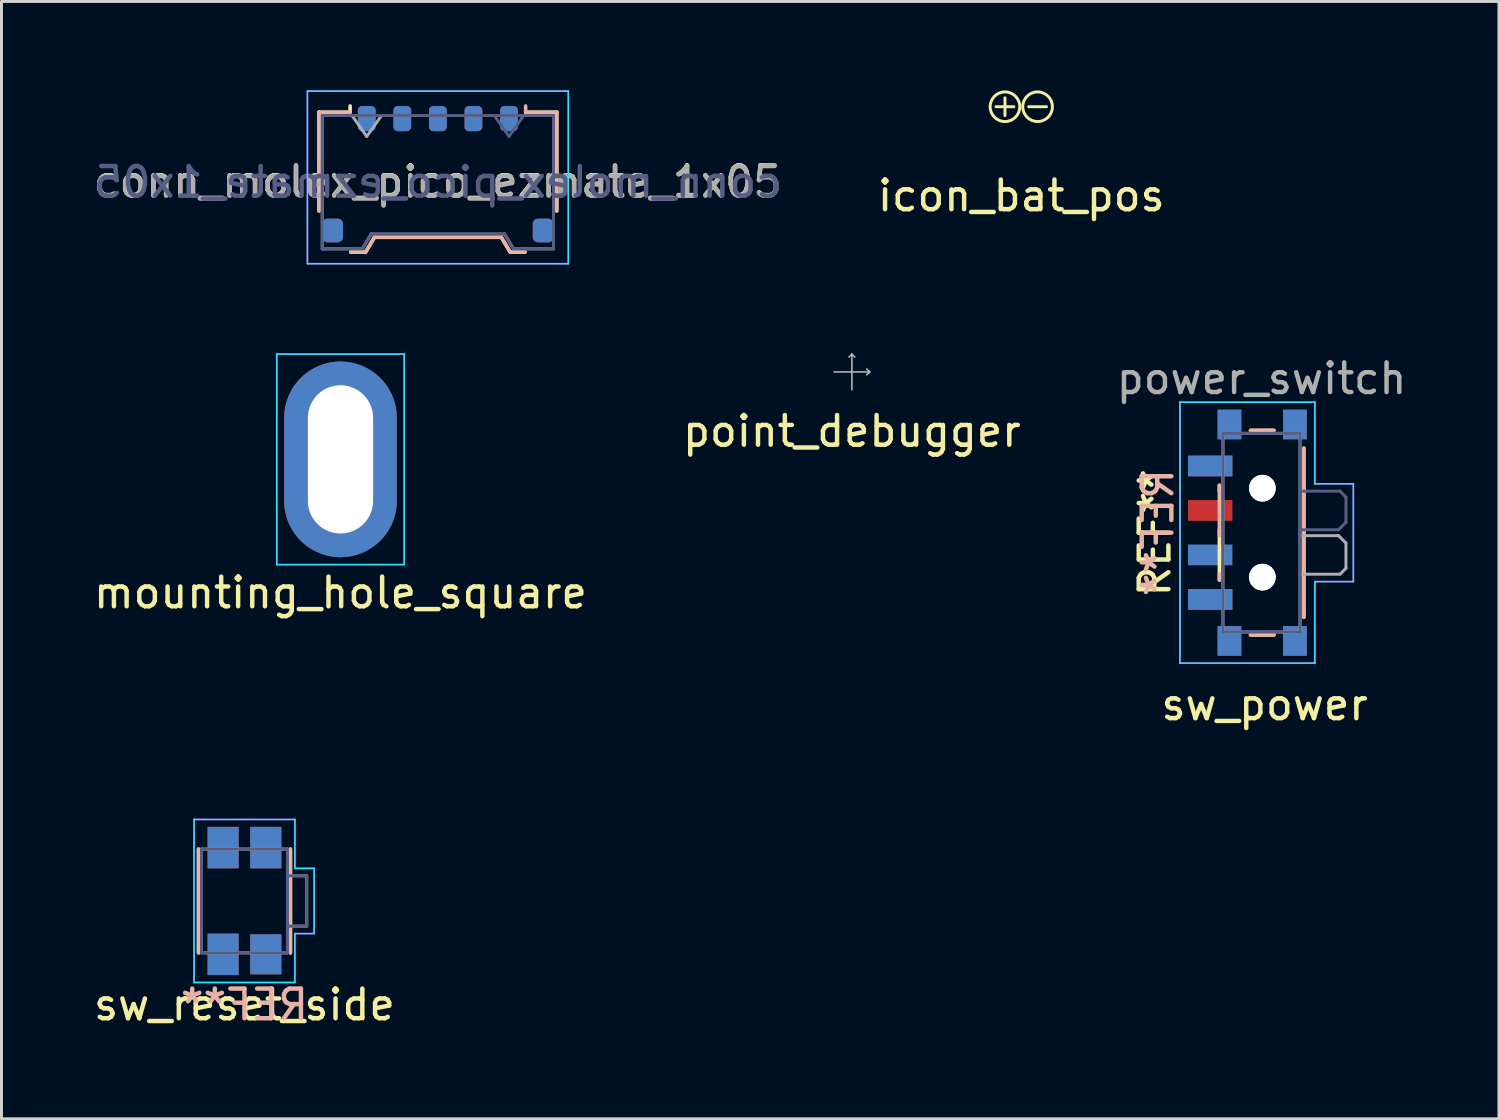
<source format=kicad_pcb>
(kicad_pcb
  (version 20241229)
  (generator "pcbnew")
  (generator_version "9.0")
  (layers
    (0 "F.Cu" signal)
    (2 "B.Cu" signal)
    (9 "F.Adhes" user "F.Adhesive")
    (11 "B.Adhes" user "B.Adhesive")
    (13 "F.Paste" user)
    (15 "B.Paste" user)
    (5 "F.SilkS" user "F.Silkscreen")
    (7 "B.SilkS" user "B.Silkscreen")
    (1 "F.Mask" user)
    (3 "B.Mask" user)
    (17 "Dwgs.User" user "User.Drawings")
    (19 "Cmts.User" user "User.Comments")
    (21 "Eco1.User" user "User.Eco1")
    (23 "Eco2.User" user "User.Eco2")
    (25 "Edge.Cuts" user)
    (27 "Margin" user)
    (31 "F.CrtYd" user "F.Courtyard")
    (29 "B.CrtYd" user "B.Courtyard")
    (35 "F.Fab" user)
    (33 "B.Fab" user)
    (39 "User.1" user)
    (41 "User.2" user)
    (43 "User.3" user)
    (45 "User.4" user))
  (footprint "icon_bat_pos"
    (layer "F.Cu")
    (at 31.399 0.55)
    (property "Reference" "icon_bat_pos" (at 0 3 0) (layer "F.SilkS") (effects (font (size 1 1) (thickness 0.15))))
    (attr through_hole)
    (fp_line (start -0.85 0) (end -0.25 0) (stroke (width 0.1) (type solid)) (layer "F.SilkS"))
    (fp_line (start -0.55 -0.3) (end -0.55 0.3) (stroke (width 0.1) (type solid)) (layer "F.SilkS"))
    (fp_line (start 0.25 0) (end 0.85 0) (stroke (width 0.1) (type solid)) (layer "F.SilkS"))
    (fp_circle (center -0.55 0) (end -0.05 0) (stroke (width 0.1) (type solid)) (fill no) (layer "F.SilkS"))
    (fp_circle (center 0.55 0) (end 1.05 0) (stroke (width 0.1) (type solid)) (fill no) (layer "F.SilkS")))
  (footprint "point_debugger"
    (layer "F.Cu")
    (at 25.685 9.495)
    (property "Reference" "point_debugger" (at 0 2 0) (layer "F.SilkS") (effects (font (size 1 1) (thickness 0.15))))
    (attr through_hole)
    (fp_line (start -0.6 0) (end 0.6 0) (stroke (width 0.05) (type solid)) (layer "Dwgs.User"))
    (fp_line (start 0 -0.6) (end -0.1 -0.5) (stroke (width 0.05) (type solid)) (layer "Dwgs.User"))
    (fp_line (start 0 -0.6) (end 0 0.6) (stroke (width 0.05) (type solid)) (layer "Dwgs.User"))
    (fp_line (start 0 -0.6) (end 0.1 -0.5) (stroke (width 0.05) (type solid)) (layer "Dwgs.User"))
    (fp_line (start 0.6 0) (end 0.5 -0.1) (stroke (width 0.05) (type solid)) (layer "Dwgs.User"))
    (fp_line (start 0.6 0) (end 0.5 0.1) (stroke (width 0.05) (type solid)) (layer "Dwgs.User"))
    (fp_text user "edge_thumb_cluster_top" (at -0.3 -0.05 0) (layer "Dwgs.User") (effects (font (size 0.025 0.025) (thickness 0.001)))))
  (footprint "mounting_hole_square"
    (layer "F.Cu")
    (at 8.435 12.445)
    (property "Reference" "mounting_hole_square" (at 0 4.5 0) (layer "F.SilkS") (effects (font (size 1 1) (thickness 0.15))))
    (attr through_hole)
    (fp_line (start -2.15 -3.55) (end 2.15 -3.55) (stroke (width 0.05) (type solid)) (layer "B.CrtYd"))
    (fp_line (start -2.15 3.55) (end -2.15 -3.55) (stroke (width 0.05) (type solid)) (layer "B.CrtYd"))
    (fp_line (start -2.15 3.55) (end 2.15 3.55) (stroke (width 0.05) (type solid)) (layer "B.CrtYd"))
    (fp_line (start 2.15 3.55) (end 2.15 -3.55) (stroke (width 0.05) (type solid)) (layer "B.CrtYd"))
    (fp_line (start -2.15 -3.55) (end -2.15 3.55) (stroke (width 0.05) (type solid)) (layer "F.CrtYd"))
    (fp_line (start -2.15 -3.55) (end 2.15 -3.55) (stroke (width 0.05) (type solid)) (layer "F.CrtYd"))
    (fp_line (start -2.15 3.55) (end 2.15 3.55) (stroke (width 0.05) (type solid)) (layer "F.CrtYd"))
    (fp_line (start 2.15 -3.55) (end 2.15 3.55) (stroke (width 0.05) (type solid)) (layer "F.CrtYd"))
    (pad "" thru_hole oval (at 0 0 180) (size 3.8 6.6) (drill oval 2.2 5) (layers "*.Cu" "*.Mask")))
  (footprint "sw_reset_side"
    (layer "F.Cu")
    (at 5.196 27.341)
    (property "Reference" "sw_reset_side" (at 0 3.5 0) (layer "F.SilkS") (effects (font (size 1 1) (thickness 0.15))))
    (attr through_hole)
    (fp_line (start -1.55 1.75) (end -1.55 -1.75) (stroke (width 0.12) (type solid)) (layer "F.SilkS"))
    (fp_line (start 1.55 -1.75) (end 1.55 1.75) (stroke (width 0.12) (type solid)) (layer "F.SilkS"))
    (fp_line (start -1.55 -1.75) (end -1.55 1.75) (stroke (width 0.12) (type solid)) (layer "B.SilkS"))
    (fp_line (start 1.55 1.75) (end 1.55 -1.75) (stroke (width 0.12) (type solid)) (layer "B.SilkS"))
    (fp_line (start -1.7 -2.75) (end -1.7 2.75) (stroke (width 0.05) (type solid)) (layer "B.CrtYd"))
    (fp_line (start -1.7 2.75) (end 1.7 2.75) (stroke (width 0.05) (type solid)) (layer "B.CrtYd"))
    (fp_line (start 1.7 -2.75) (end -1.7 -2.75) (stroke (width 0.05) (type solid)) (layer "B.CrtYd"))
    (fp_line (start 1.7 -1.1) (end 1.7 -2.75) (stroke (width 0.05) (type solid)) (layer "B.CrtYd"))
    (fp_line (start 1.7 1.1) (end 2.35 1.1) (stroke (width 0.05) (type solid)) (layer "B.CrtYd"))
    (fp_line (start 1.7 2.75) (end 1.7 1.1) (stroke (width 0.05) (type solid)) (layer "B.CrtYd"))
    (fp_line (start 2.35 -1.1) (end 1.7 -1.1) (stroke (width 0.05) (type solid)) (layer "B.CrtYd"))
    (fp_line (start 2.35 1.1) (end 2.35 -1.1) (stroke (width 0.05) (type solid)) (layer "B.CrtYd"))
    (fp_line (start -1.7 -2.75) (end 1.7 -2.75) (stroke (width 0.05) (type solid)) (layer "F.CrtYd"))
    (fp_line (start -1.7 2.75) (end -1.7 -2.75) (stroke (width 0.05) (type solid)) (layer "F.CrtYd"))
    (fp_line (start 1.7 -2.75) (end 1.7 -1.1) (stroke (width 0.05) (type solid)) (layer "F.CrtYd"))
    (fp_line (start 1.7 -1.1) (end 2.35 -1.1) (stroke (width 0.05) (type solid)) (layer "F.CrtYd"))
    (fp_line (start 1.7 1.1) (end 1.7 2.75) (stroke (width 0.05) (type solid)) (layer "F.CrtYd"))
    (fp_line (start 1.7 2.75) (end -1.7 2.75) (stroke (width 0.05) (type solid)) (layer "F.CrtYd"))
    (fp_line (start 2.35 -1.1) (end 2.35 1.1) (stroke (width 0.05) (type solid)) (layer "F.CrtYd"))
    (fp_line (start 2.35 1.1) (end 1.7 1.1) (stroke (width 0.05) (type solid)) (layer "F.CrtYd"))
    (fp_line (start -1.45 -1.75) (end -1.45 1.75) (stroke (width 0.1) (type solid)) (layer "B.Fab"))
    (fp_line (start -1.45 1.75) (end 1.45 1.75) (stroke (width 0.1) (type solid)) (layer "B.Fab"))
    (fp_line (start 1.45 -1.75) (end -1.4 -1.75) (stroke (width 0.1) (type solid)) (layer "B.Fab"))
    (fp_line (start 1.45 1.75) (end 1.45 -1.75) (stroke (width 0.1) (type solid)) (layer "B.Fab"))
    (fp_line (start 2.1 -0.85) (end 1.45 -0.85) (stroke (width 0.1) (type solid)) (layer "B.Fab"))
    (fp_line (start 2.1 -0.85) (end 2.1 0.85) (stroke (width 0.1) (type solid)) (layer "B.Fab"))
    (fp_line (start 2.1 0.85) (end 1.45 0.85) (stroke (width 0.1) (type solid)) (layer "B.Fab"))
    (fp_line (start -1.45 -1.75) (end 1.45 -1.75) (stroke (width 0.1) (type solid)) (layer "F.Fab"))
    (fp_line (start -1.45 1.75) (end -1.45 -1.75) (stroke (width 0.1) (type solid)) (layer "F.Fab"))
    (fp_line (start 1.45 -1.75) (end 1.45 1.75) (stroke (width 0.1) (type solid)) (layer "F.Fab"))
    (fp_line (start 1.45 1.75) (end -1.4 1.75) (stroke (width 0.1) (type solid)) (layer "F.Fab"))
    (fp_line (start 2.1 -0.85) (end 1.45 -0.85) (stroke (width 0.1) (type solid)) (layer "F.Fab"))
    (fp_line (start 2.1 0.85) (end 1.45 0.85) (stroke (width 0.1) (type solid)) (layer "F.Fab"))
    (fp_line (start 2.1 0.85) (end 2.1 -0.85) (stroke (width 0.1) (type solid)) (layer "F.Fab"))
    (fp_text user "REF**" (at 0 3.5 0) (layer "B.SilkS") (effects (font (size 1 1) (thickness 0.15)) (justify mirror)))
    (pad "1" smd rect (at -0.72 -1.8 90) (size 1.4 1.05) (layers "F.Cu" "F.Mask" "F.Paste"))
    (pad "1" smd rect (at -0.72 -1.8 270) (size 1.4 1.05) (layers "B.Cu" "B.Mask" "B.Paste"))
    (pad "1" smd rect (at -0.72 1.8 90) (size 1.4 1.05) (layers "F.Cu" "F.Mask" "F.Paste"))
    (pad "1" smd rect (at -0.72 1.8 270) (size 1.4 1.05) (layers "B.Cu" "B.Mask" "B.Paste"))
    (pad "2" smd rect (at 0.72 -1.8 90) (size 1.4 1.05) (layers "F.Cu" "F.Mask" "F.Paste"))
    (pad "2" smd rect (at 0.72 -1.8 270) (size 1.4 1.05) (layers "B.Cu" "B.Mask" "B.Paste"))
    (pad "2" smd rect (at 0.72 1.8 90) (size 1.35 1.05) (layers "F.Cu" "F.Mask" "F.Paste"))
    (pad "2" smd rect (at 0.72 1.8 270) (size 1.35 1.05) (layers "B.Cu" "B.Mask" "B.Paste")))
  (footprint "sw_power"
    (layer "F.Cu")
    (at 39.506 14.918)
    (property "Reference" "sw_power" (at 0.1 5.8 180) (layer "F.SilkS") (effects (font (size 1 1) (thickness 0.15))))
    (attr through_hole)
    (fp_line (start -1.425 -1.4) (end -1.425 -1.6) (stroke (width 0.12) (type solid)) (layer "F.SilkS"))
    (fp_line (start -1.425 1.6) (end -1.425 -0.1) (stroke (width 0.12) (type solid)) (layer "F.SilkS"))
    (fp_line (start -0.375 3.45) (end 0.415 3.45) (stroke (width 0.12) (type solid)) (layer "F.SilkS"))
    (fp_line (start 0.415 -3.45) (end -0.375 -3.45) (stroke (width 0.12) (type solid)) (layer "F.SilkS"))
    (fp_line (start 1.425 2.85) (end 1.425 -2.85) (stroke (width 0.12) (type solid)) (layer "F.SilkS"))
    (fp_line (start -1.425 -1.6) (end -1.425 0.1) (stroke (width 0.12) (type solid)) (layer "B.SilkS"))
    (fp_line (start -1.425 1.4) (end -1.425 1.6) (stroke (width 0.12) (type solid)) (layer "B.SilkS"))
    (fp_line (start -0.375 -3.45) (end 0.415 -3.45) (stroke (width 0.12) (type solid)) (layer "B.SilkS"))
    (fp_line (start 0.415 3.45) (end -0.375 3.45) (stroke (width 0.12) (type solid)) (layer "B.SilkS"))
    (fp_line (start 1.425 -2.85) (end 1.425 2.85) (stroke (width 0.12) (type solid)) (layer "B.SilkS"))
    (fp_line (start -2.755 -4.4) (end -2.755 4.4) (stroke (width 0.05) (type solid)) (layer "B.CrtYd"))
    (fp_line (start -2.755 4.4) (end 1.795 4.4) (stroke (width 0.05) (type solid)) (layer "B.CrtYd"))
    (fp_line (start 1.795 -4.4) (end -2.755 -4.4) (stroke (width 0.05) (type solid)) (layer "B.CrtYd"))
    (fp_line (start 1.795 -1.65) (end 1.795 -4.4) (stroke (width 0.05) (type solid)) (layer "B.CrtYd"))
    (fp_line (start 1.795 1.65) (end 3.095 1.65) (stroke (width 0.05) (type solid)) (layer "B.CrtYd"))
    (fp_line (start 1.795 4.4) (end 1.795 1.65) (stroke (width 0.05) (type solid)) (layer "B.CrtYd"))
    (fp_line (start 3.095 -1.65) (end 1.795 -1.65) (stroke (width 0.05) (type solid)) (layer "B.CrtYd"))
    (fp_line (start 3.095 1.65) (end 3.095 -1.65) (stroke (width 0.05) (type solid)) (layer "B.CrtYd"))
    (fp_line (start -2.755 -4.4) (end 1.795 -4.4) (stroke (width 0.05) (type solid)) (layer "F.CrtYd"))
    (fp_line (start -2.755 4.4) (end -2.755 -4.4) (stroke (width 0.05) (type solid)) (layer "F.CrtYd"))
    (fp_line (start 1.795 -4.4) (end 1.795 -1.65) (stroke (width 0.05) (type solid)) (layer "F.CrtYd"))
    (fp_line (start 1.795 -1.65) (end 3.095 -1.65) (stroke (width 0.05) (type solid)) (layer "F.CrtYd"))
    (fp_line (start 1.795 1.65) (end 1.795 4.4) (stroke (width 0.05) (type solid)) (layer "F.CrtYd"))
    (fp_line (start 1.795 4.4) (end -2.755 4.4) (stroke (width 0.05) (type solid)) (layer "F.CrtYd"))
    (fp_line (start 3.095 -1.65) (end 3.095 1.65) (stroke (width 0.05) (type solid)) (layer "F.CrtYd"))
    (fp_line (start 3.095 1.65) (end 1.795 1.65) (stroke (width 0.05) (type solid)) (layer "F.CrtYd"))
    (fp_line (start -1.305 -3.35) (end 1.295 -3.35) (stroke (width 0.1) (type solid)) (layer "B.Fab"))
    (fp_line (start -1.305 3.35) (end -1.305 -3.35) (stroke (width 0.1) (type solid)) (layer "B.Fab"))
    (fp_line (start 1.295 -3.35) (end 1.295 3.35) (stroke (width 0.1) (type solid)) (layer "B.Fab"))
    (fp_line (start 1.295 3.35) (end -1.305 3.35) (stroke (width 0.1) (type solid)) (layer "B.Fab"))
    (fp_line (start 1.345 -1.4) (end 2.645 -1.4) (stroke (width 0.1) (type solid)) (layer "B.Fab"))
    (fp_line (start 2.595 -0.1) (end 1.295 -0.1) (stroke (width 0.1) (type solid)) (layer "B.Fab"))
    (fp_line (start 2.645 -1.4) (end 2.845 -1.2) (stroke (width 0.1) (type solid)) (layer "B.Fab"))
    (fp_line (start 2.645 -0.15) (end 2.595 -0.1) (stroke (width 0.1) (type solid)) (layer "B.Fab"))
    (fp_line (start 2.845 -1.2) (end 2.845 -0.35) (stroke (width 0.1) (type solid)) (layer "B.Fab"))
    (fp_line (start 2.845 -0.35) (end 2.645 -0.15) (stroke (width 0.1) (type solid)) (layer "B.Fab"))
    (fp_line (start -1.305 -3.35) (end -1.305 3.35) (stroke (width 0.1) (type solid)) (layer "F.Fab"))
    (fp_line (start -1.305 3.35) (end 1.295 3.35) (stroke (width 0.1) (type solid)) (layer "F.Fab"))
    (fp_line (start 1.295 -3.35) (end -1.305 -3.35) (stroke (width 0.1) (type solid)) (layer "F.Fab"))
    (fp_line (start 1.295 3.35) (end 1.295 -3.35) (stroke (width 0.1) (type solid)) (layer "F.Fab"))
    (fp_line (start 1.345 1.4) (end 2.645 1.4) (stroke (width 0.1) (type solid)) (layer "F.Fab"))
    (fp_line (start 2.595 0.1) (end 1.295 0.1) (stroke (width 0.1) (type solid)) (layer "F.Fab"))
    (fp_line (start 2.645 0.15) (end 2.595 0.1) (stroke (width 0.1) (type solid)) (layer "F.Fab"))
    (fp_line (start 2.645 1.4) (end 2.845 1.2) (stroke (width 0.1) (type solid)) (layer "F.Fab"))
    (fp_line (start 2.845 0.35) (end 2.645 0.15) (stroke (width 0.1) (type solid)) (layer "F.Fab"))
    (fp_line (start 2.845 1.2) (end 2.845 0.35) (stroke (width 0.1) (type solid)) (layer "F.Fab"))
    (fp_text user "REF**" (at -3.6 0 270) (layer "F.SilkS") (effects (font (size 1 1) (thickness 0.15))))
    (fp_text user "REF**" (at -3.5 0 90) (layer "B.SilkS") (effects (font (size 1 1) (thickness 0.15)) (justify mirror)))
    (fp_text user "power_switch" (at 0 -5.2 0) (layer "F.Fab") (effects (font (size 1 1) (thickness 0.15))))
    (pad "" smd rect (at -1.085 -3.65 90) (size 1 0.8) (layers "F.Cu" "F.Mask" "F.Paste"))
    (pad "" smd rect (at -1.085 -3.65 270) (size 1 0.8) (layers "B.Cu" "B.Mask" "B.Paste"))
    (pad "" smd rect (at -1.085 3.65 90) (size 1 0.8) (layers "F.Cu" "F.Mask" "F.Paste"))
    (pad "" smd rect (at -1.085 3.65 270) (size 1 0.8) (layers "B.Cu" "B.Mask" "B.Paste"))
    (pad "" np_thru_hole circle (at 0.025 -1.5 270) (size 0.9 0.9) (drill 0.9) (layers "*.Cu" "*.Mask"))
    (pad "" np_thru_hole circle (at 0.025 -1.5 90) (size 0.9 0.9) (drill 0.9) (layers "*.Cu" "*.Mask"))
    (pad "" np_thru_hole circle (at 0.025 1.5 90) (size 0.9 0.9) (drill 0.9) (layers "*.Cu" "*.Mask"))
    (pad "" np_thru_hole circle (at 0.025 1.5 270) (size 0.9 0.9) (drill 0.9) (layers "*.Cu" "*.Mask"))
    (pad "" smd rect (at 1.125 -3.65 90) (size 1 0.8) (layers "F.Cu" "F.Mask" "F.Paste"))
    (pad "" smd rect (at 1.125 -3.65 270) (size 1 0.8) (layers "B.Cu" "B.Mask" "B.Paste"))
    (pad "" smd rect (at 1.125 3.65 90) (size 1 0.8) (layers "F.Cu" "F.Mask" "F.Paste"))
    (pad "" smd rect (at 1.125 3.65 270) (size 1 0.8) (layers "B.Cu" "B.Mask" "B.Paste"))
    (pad "1" smd rect (at -1.735 2.25 90) (size 0.7 1.5) (layers "F.Cu" "F.Mask" "F.Paste"))
    (pad "2" smd rect (at -1.735 -0.75 90) (size 0.7 1.5) (layers "F.Cu" "F.Mask" "F.Paste"))
    (pad "3" smd rect (at -1.735 -2.25 90) (size 0.7 1.5) (layers "F.Cu" "F.Mask" "F.Paste"))
    (pad "4" smd rect (at -1.735 2.25 270) (size 0.7 1.5) (layers "B.Cu" "B.Mask" "B.Paste"))
    (pad "5" smd rect (at -1.735 0.75 270) (size 0.7 1.5) (layers "B.Cu" "B.Mask" "B.Paste"))
    (pad "6" smd rect (at -1.735 -2.25 270) (size 0.7 1.5) (layers "B.Cu" "B.Mask" "B.Paste")))
  (footprint "conn_molex_pico_ezmate_1x05"
    (layer "F.Cu")
    (at 11.72 2.825)
    (property "Reference" "conn_molex_pico_ezmate_1x05" (at 0 0.25 0) (layer "F.SilkS") (effects (font (size 1 1) (thickness 0.15))))
    (attr through_hole)
    (fp_line (start -4.01 -2.09) (end -2.96 -2.09) (stroke (width 0.12) (type solid)) (layer "F.SilkS"))
    (fp_line (start -4.01 1.24) (end -4.01 -2.09) (stroke (width 0.12) (type solid)) (layer "F.SilkS"))
    (fp_line (start -2.96 -2.09) (end -2.96 -2.3) (stroke (width 0.12) (type solid)) (layer "F.SilkS"))
    (fp_line (start -2.94 2.63) (end -2.44 2.63) (stroke (width 0.12) (type solid)) (layer "F.SilkS"))
    (fp_line (start -2.44 2.63) (end -2.14 2.13) (stroke (width 0.12) (type solid)) (layer "F.SilkS"))
    (fp_line (start -2.14 2.13) (end 2.14 2.13) (stroke (width 0.12) (type solid)) (layer "F.SilkS"))
    (fp_line (start 2.14 2.13) (end 2.44 2.63) (stroke (width 0.12) (type solid)) (layer "F.SilkS"))
    (fp_line (start 2.44 2.63) (end 2.94 2.63) (stroke (width 0.12) (type solid)) (layer "F.SilkS"))
    (fp_line (start 4.01 -2.09) (end 2.96 -2.09) (stroke (width 0.12) (type solid)) (layer "F.SilkS"))
    (fp_line (start 4.01 1.24) (end 4.01 -2.09) (stroke (width 0.12) (type solid)) (layer "F.SilkS"))
    (fp_line (start -4.01 -2.09) (end -2.96 -2.09) (stroke (width 0.12) (type solid)) (layer "B.SilkS"))
    (fp_line (start -4.01 1.24) (end -4.01 -2.09) (stroke (width 0.12) (type solid)) (layer "B.SilkS"))
    (fp_line (start -2.44 2.63) (end -2.94 2.63) (stroke (width 0.12) (type solid)) (layer "B.SilkS"))
    (fp_line (start -2.14 2.13) (end -2.44 2.63) (stroke (width 0.12) (type solid)) (layer "B.SilkS"))
    (fp_line (start 2.14 2.13) (end -2.14 2.13) (stroke (width 0.12) (type solid)) (layer "B.SilkS"))
    (fp_line (start 2.44 2.63) (end 2.14 2.13) (stroke (width 0.12) (type solid)) (layer "B.SilkS"))
    (fp_line (start 2.94 2.63) (end 2.44 2.63) (stroke (width 0.12) (type solid)) (layer "B.SilkS"))
    (fp_line (start 2.96 -2.09) (end 2.96 -2.3) (stroke (width 0.12) (type solid)) (layer "B.SilkS"))
    (fp_line (start 4.01 -2.09) (end 2.96 -2.09) (stroke (width 0.12) (type solid)) (layer "B.SilkS"))
    (fp_line (start 4.01 1.24) (end 4.01 -2.09) (stroke (width 0.12) (type solid)) (layer "B.SilkS"))
    (fp_line (start -4.4 -2.8) (end 4.4 -2.8) (stroke (width 0.05) (type solid)) (layer "B.CrtYd"))
    (fp_line (start -4.4 3.02) (end -4.4 -2.8) (stroke (width 0.05) (type solid)) (layer "B.CrtYd"))
    (fp_line (start 4.4 -2.8) (end 4.4 3.02) (stroke (width 0.05) (type solid)) (layer "B.CrtYd"))
    (fp_line (start 4.4 3.02) (end -4.4 3.02) (stroke (width 0.05) (type solid)) (layer "B.CrtYd"))
    (fp_line (start -4.4 -2.8) (end -4.4 3.02) (stroke (width 0.05) (type solid)) (layer "F.CrtYd"))
    (fp_line (start -4.4 3.02) (end 4.4 3.02) (stroke (width 0.05) (type solid)) (layer "F.CrtYd"))
    (fp_line (start 4.4 -2.8) (end -4.4 -2.8) (stroke (width 0.05) (type solid)) (layer "F.CrtYd"))
    (fp_line (start 4.4 3.02) (end 4.4 -2.8) (stroke (width 0.05) (type solid)) (layer "F.CrtYd"))
    (fp_line (start -3.9 -1.98) (end -3.9 2.52) (stroke (width 0.1) (type solid)) (layer "B.Fab"))
    (fp_line (start -2.55 2.52) (end -3.9 2.52) (stroke (width 0.1) (type solid)) (layer "B.Fab"))
    (fp_line (start -2.25 2.02) (end -2.55 2.52) (stroke (width 0.1) (type solid)) (layer "B.Fab"))
    (fp_line (start 2.25 2.02) (end -2.25 2.02) (stroke (width 0.1) (type solid)) (layer "B.Fab"))
    (fp_line (start 2.4 -1.273) (end 1.9 -1.98) (stroke (width 0.1) (type solid)) (layer "B.Fab"))
    (fp_line (start 2.55 2.52) (end 2.25 2.02) (stroke (width 0.1) (type solid)) (layer "B.Fab"))
    (fp_line (start 2.9 -1.98) (end 2.4 -1.273) (stroke (width 0.1) (type solid)) (layer "B.Fab"))
    (fp_line (start 3.9 -1.98) (end -3.9 -1.98) (stroke (width 0.1) (type solid)) (layer "B.Fab"))
    (fp_line (start 3.9 -1.98) (end 3.9 2.52) (stroke (width 0.1) (type solid)) (layer "B.Fab"))
    (fp_line (start 3.9 2.52) (end 2.55 2.52) (stroke (width 0.1) (type solid)) (layer "B.Fab"))
    (fp_line (start -3.9 -1.98) (end -3.9 2.52) (stroke (width 0.1) (type solid)) (layer "F.Fab"))
    (fp_line (start -3.9 -1.98) (end 3.9 -1.98) (stroke (width 0.1) (type solid)) (layer "F.Fab"))
    (fp_line (start -3.9 2.52) (end -2.55 2.52) (stroke (width 0.1) (type solid)) (layer "F.Fab"))
    (fp_line (start -2.9 -1.98) (end -2.4 -1.273) (stroke (width 0.1) (type solid)) (layer "F.Fab"))
    (fp_line (start -2.55 2.52) (end -2.25 2.02) (stroke (width 0.1) (type solid)) (layer "F.Fab"))
    (fp_line (start -2.4 -1.273) (end -1.9 -1.98) (stroke (width 0.1) (type solid)) (layer "F.Fab"))
    (fp_line (start -2.25 2.02) (end 2.25 2.02) (stroke (width 0.1) (type solid)) (layer "F.Fab"))
    (fp_line (start 2.25 2.02) (end 2.55 2.52) (stroke (width 0.1) (type solid)) (layer "F.Fab"))
    (fp_line (start 2.55 2.52) (end 3.9 2.52) (stroke (width 0.1) (type solid)) (layer "F.Fab"))
    (fp_line (start 3.9 -1.98) (end 3.9 2.52) (stroke (width 0.1) (type solid)) (layer "F.Fab"))
    (fp_text user "${REFERENCE}" (at 0 0.27 180) (layer "B.Fab") (effects (font (size 1 1) (thickness 0.15)) (justify mirror)))
    (fp_text user "${REFERENCE}" (at 0 0.27 0) (layer "F.Fab") (effects (font (size 1 1) (thickness 0.15))))
    (pad "1" smd roundrect (at -2.4 -1.875) (size 0.6 0.85) (layers "F.Cu" "F.Mask" "F.Paste") (roundrect_rratio 0.25))
    (pad "1" smd roundrect (at 2.4 -1.875 180) (size 0.6 0.85) (layers "B.Cu" "B.Mask" "B.Paste") (roundrect_rratio 0.25))
    (pad "2" smd roundrect (at -1.2 -1.875) (size 0.6 0.85) (layers "F.Cu" "F.Mask" "F.Paste") (roundrect_rratio 0.25))
    (pad "2" smd roundrect (at 1.2 -1.875 180) (size 0.6 0.85) (layers "B.Cu" "B.Mask" "B.Paste") (roundrect_rratio 0.25))
    (pad "3" smd roundrect (at 0 -1.875) (size 0.6 0.85) (layers "F.Cu" "F.Mask" "F.Paste") (roundrect_rratio 0.25))
    (pad "3" smd roundrect (at 0 -1.875 180) (size 0.6 0.85) (layers "B.Cu" "B.Mask" "B.Paste") (roundrect_rratio 0.25))
    (pad "4" smd roundrect (at -1.2 -1.875 180) (size 0.6 0.85) (layers "B.Cu" "B.Mask" "B.Paste") (roundrect_rratio 0.25))
    (pad "4" smd roundrect (at 1.2 -1.875) (size 0.6 0.85) (layers "F.Cu" "F.Mask" "F.Paste") (roundrect_rratio 0.25))
    (pad "5" smd roundrect (at -2.4 -1.875 180) (size 0.6 0.85) (layers "B.Cu" "B.Mask" "B.Paste") (roundrect_rratio 0.25))
    (pad "5" smd roundrect (at 2.4 -1.875) (size 0.6 0.85) (layers "F.Cu" "F.Mask" "F.Paste") (roundrect_rratio 0.25))
    (pad "MP" smd roundrect (at -3.55 1.9) (size 0.7 0.8) (layers "F.Cu" "F.Mask" "F.Paste") (roundrect_rratio 0.25))
    (pad "MP" smd roundrect (at -3.55 1.9 180) (size 0.7 0.8) (layers "B.Cu" "B.Mask" "B.Paste") (roundrect_rratio 0.25))
    (pad "MP" smd roundrect (at 3.55 1.9) (size 0.7 0.8) (layers "F.Cu" "F.Mask" "F.Paste") (roundrect_rratio 0.25))
    (pad "MP" smd roundrect (at 3.55 1.9 180) (size 0.7 0.8) (layers "B.Cu" "B.Mask" "B.Paste") (roundrect_rratio 0.25)))
  (gr_rect
    (start -3 -3)
    (end 47.512 34.69)
    (stroke (width 0.1) (type default))
    (fill no)
    (layer "Edge.Cuts")))
</source>
